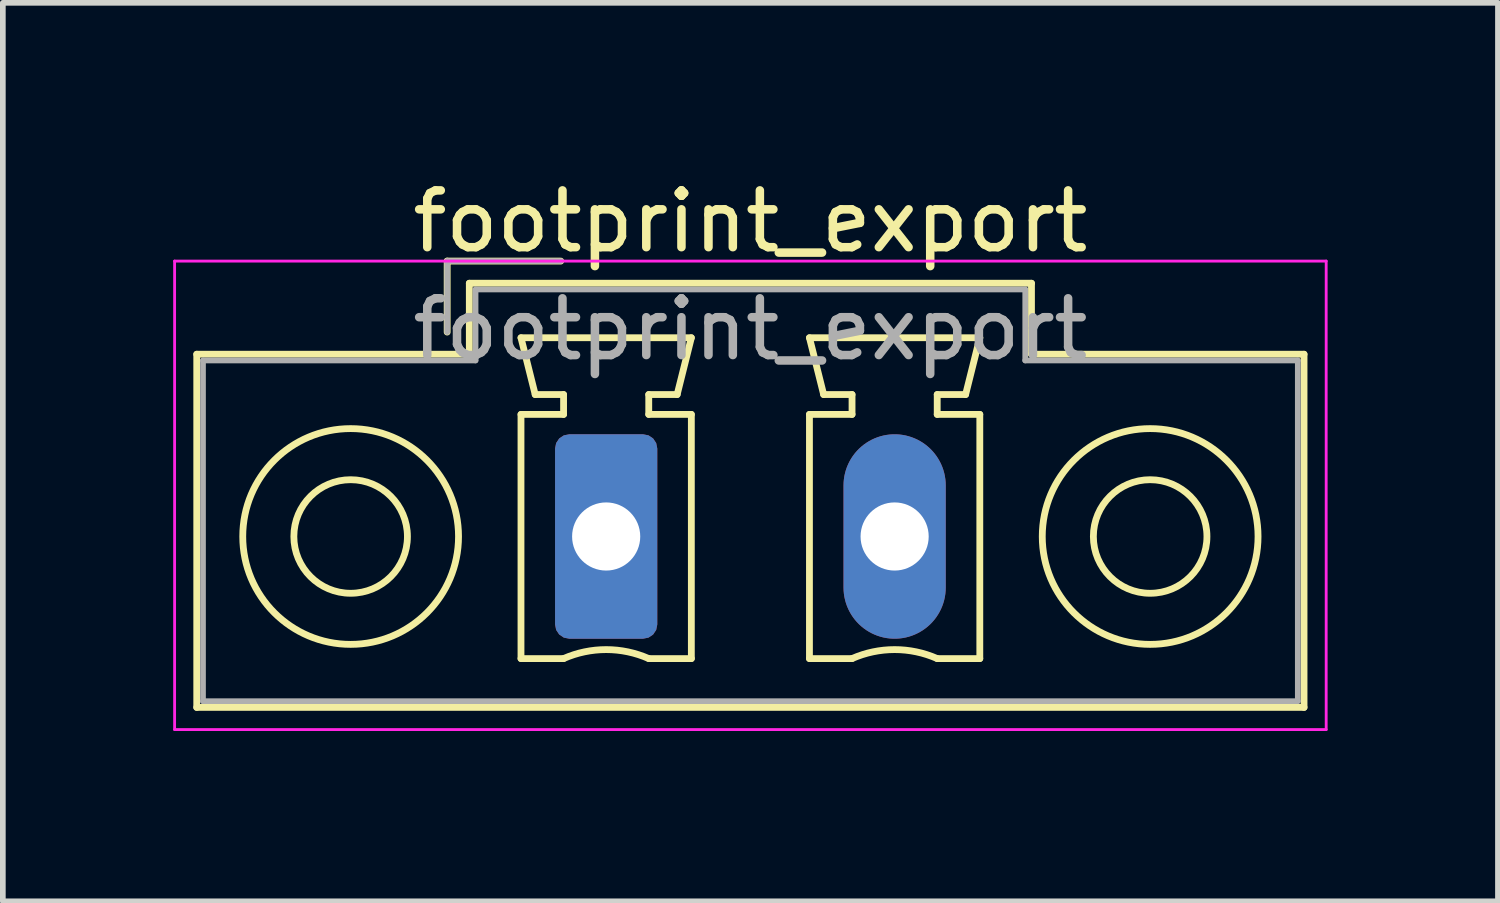
<source format=kicad_pcb>
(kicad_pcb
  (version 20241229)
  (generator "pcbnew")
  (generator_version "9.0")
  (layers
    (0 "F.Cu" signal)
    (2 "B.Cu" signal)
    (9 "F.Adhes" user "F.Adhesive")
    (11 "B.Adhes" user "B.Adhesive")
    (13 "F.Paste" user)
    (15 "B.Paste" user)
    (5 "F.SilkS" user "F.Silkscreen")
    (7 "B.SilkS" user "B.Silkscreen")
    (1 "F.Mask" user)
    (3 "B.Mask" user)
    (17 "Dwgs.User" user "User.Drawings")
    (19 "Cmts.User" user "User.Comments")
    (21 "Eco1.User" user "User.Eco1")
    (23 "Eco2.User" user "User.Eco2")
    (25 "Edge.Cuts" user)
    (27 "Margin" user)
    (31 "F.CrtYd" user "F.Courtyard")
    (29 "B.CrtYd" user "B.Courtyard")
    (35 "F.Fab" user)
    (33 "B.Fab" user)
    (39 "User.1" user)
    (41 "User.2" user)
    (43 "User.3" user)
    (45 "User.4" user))
  (footprint "footprint_export"
    (layer "F.Cu")
    (at 7.625 6.398)
    (property "Reference" "footprint_export" (at 2.54 -5.55 0) (layer "F.SilkS") (effects (font (size 1 1) (thickness 0.15))))
    (attr through_hole)
    (fp_line (start -7.21 -3.21) (end -7.21 3.01) (stroke (width 0.12) (type solid)) (layer "F.SilkS"))
    (fp_line (start -7.21 3.01) (end 12.29 3.01) (stroke (width 0.12) (type solid)) (layer "F.SilkS"))
    (fp_line (start -2.8 -4.85) (end -0.8 -4.85) (stroke (width 0.12) (type solid)) (layer "F.SilkS"))
    (fp_line (start -2.8 -3.6) (end -2.8 -4.85) (stroke (width 0.12) (type solid)) (layer "F.SilkS"))
    (fp_line (start -2.41 -4.46) (end -2.41 -3.21) (stroke (width 0.12) (type solid)) (layer "F.SilkS"))
    (fp_line (start -2.41 -3.21) (end -7.21 -3.21) (stroke (width 0.12) (type solid)) (layer "F.SilkS"))
    (fp_line (start -1.5 -3.5) (end 1.5 -3.5) (stroke (width 0.12) (type solid)) (layer "F.SilkS"))
    (fp_line (start -1.5 -2.15) (end -0.75 -2.15) (stroke (width 0.12) (type solid)) (layer "F.SilkS"))
    (fp_line (start -1.5 2.15) (end -1.5 -2.15) (stroke (width 0.12) (type solid)) (layer "F.SilkS"))
    (fp_line (start -1.25 -2.5) (end -1.5 -3.5) (stroke (width 0.12) (type solid)) (layer "F.SilkS"))
    (fp_line (start -0.75 -2.5) (end -1.25 -2.5) (stroke (width 0.12) (type solid)) (layer "F.SilkS"))
    (fp_line (start -0.75 -2.15) (end -0.75 -2.5) (stroke (width 0.12) (type solid)) (layer "F.SilkS"))
    (fp_line (start -0.75 2.15) (end -1.5 2.15) (stroke (width 0.12) (type solid)) (layer "F.SilkS"))
    (fp_line (start 0.75 -2.5) (end 0.75 -2.15) (stroke (width 0.12) (type solid)) (layer "F.SilkS"))
    (fp_line (start 0.75 -2.15) (end 1.5 -2.15) (stroke (width 0.12) (type solid)) (layer "F.SilkS"))
    (fp_line (start 1.25 -2.5) (end 0.75 -2.5) (stroke (width 0.12) (type solid)) (layer "F.SilkS"))
    (fp_line (start 1.5 -3.5) (end 1.25 -2.5) (stroke (width 0.12) (type solid)) (layer "F.SilkS"))
    (fp_line (start 1.5 -2.15) (end 1.5 2.15) (stroke (width 0.12) (type solid)) (layer "F.SilkS"))
    (fp_line (start 1.5 2.15) (end 0.75 2.15) (stroke (width 0.12) (type solid)) (layer "F.SilkS"))
    (fp_line (start 3.58 -3.5) (end 6.58 -3.5) (stroke (width 0.12) (type solid)) (layer "F.SilkS"))
    (fp_line (start 3.58 -2.15) (end 4.33 -2.15) (stroke (width 0.12) (type solid)) (layer "F.SilkS"))
    (fp_line (start 3.58 2.15) (end 3.58 -2.15) (stroke (width 0.12) (type solid)) (layer "F.SilkS"))
    (fp_line (start 3.83 -2.5) (end 3.58 -3.5) (stroke (width 0.12) (type solid)) (layer "F.SilkS"))
    (fp_line (start 4.33 -2.5) (end 3.83 -2.5) (stroke (width 0.12) (type solid)) (layer "F.SilkS"))
    (fp_line (start 4.33 -2.15) (end 4.33 -2.5) (stroke (width 0.12) (type solid)) (layer "F.SilkS"))
    (fp_line (start 4.33 2.15) (end 3.58 2.15) (stroke (width 0.12) (type solid)) (layer "F.SilkS"))
    (fp_line (start 5.83 -2.5) (end 5.83 -2.15) (stroke (width 0.12) (type solid)) (layer "F.SilkS"))
    (fp_line (start 5.83 -2.15) (end 6.58 -2.15) (stroke (width 0.12) (type solid)) (layer "F.SilkS"))
    (fp_line (start 6.33 -2.5) (end 5.83 -2.5) (stroke (width 0.12) (type solid)) (layer "F.SilkS"))
    (fp_line (start 6.58 -3.5) (end 6.33 -2.5) (stroke (width 0.12) (type solid)) (layer "F.SilkS"))
    (fp_line (start 6.58 -2.15) (end 6.58 2.15) (stroke (width 0.12) (type solid)) (layer "F.SilkS"))
    (fp_line (start 6.58 2.15) (end 5.83 2.15) (stroke (width 0.12) (type solid)) (layer "F.SilkS"))
    (fp_line (start 7.49 -4.46) (end -2.41 -4.46) (stroke (width 0.12) (type solid)) (layer "F.SilkS"))
    (fp_line (start 7.49 -3.21) (end 7.49 -4.46) (stroke (width 0.12) (type solid)) (layer "F.SilkS"))
    (fp_line (start 12.29 -3.21) (end 7.49 -3.21) (stroke (width 0.12) (type solid)) (layer "F.SilkS"))
    (fp_line (start 12.29 3.01) (end 12.29 -3.21) (stroke (width 0.12) (type solid)) (layer "F.SilkS"))
    (fp_arc (start -0.75 2.15) (mid -0.000193 1.99191) (end 0.749647 2.149844) (stroke (width 0.12) (type solid)) (layer "F.SilkS"))
    (fp_arc (start 4.33 2.15) (mid 5.079807 1.99191) (end 5.829647 2.149844) (stroke (width 0.12) (type solid)) (layer "F.SilkS"))
    (fp_circle (center -4.5 0) (end -3.5 0) (stroke (width 0.12) (type solid)) (fill no) (layer "F.SilkS"))
    (fp_circle (center -4.5 0) (end -2.6 0) (stroke (width 0.12) (type solid)) (fill no) (layer "F.SilkS"))
    (fp_circle (center 9.58 0) (end 10.58 0) (stroke (width 0.12) (type solid)) (fill no) (layer "F.SilkS"))
    (fp_circle (center 9.58 0) (end 11.48 0) (stroke (width 0.12) (type solid)) (fill no) (layer "F.SilkS"))
    (fp_line (start -7.6 -4.85) (end -7.6 3.4) (stroke (width 0.05) (type solid)) (layer "F.CrtYd"))
    (fp_line (start -7.6 3.4) (end 12.68 3.4) (stroke (width 0.05) (type solid)) (layer "F.CrtYd"))
    (fp_line (start 12.68 -4.85) (end -7.6 -4.85) (stroke (width 0.05) (type solid)) (layer "F.CrtYd"))
    (fp_line (start 12.68 3.4) (end 12.68 -4.85) (stroke (width 0.05) (type solid)) (layer "F.CrtYd"))
    (fp_line (start -7.1 -3.1) (end -7.1 2.9) (stroke (width 0.1) (type solid)) (layer "F.Fab"))
    (fp_line (start -7.1 2.9) (end 12.18 2.9) (stroke (width 0.1) (type solid)) (layer "F.Fab"))
    (fp_line (start -2.8 -4.85) (end -0.8 -4.85) (stroke (width 0.1) (type solid)) (layer "F.Fab"))
    (fp_line (start -2.8 -3.6) (end -2.8 -4.85) (stroke (width 0.1) (type solid)) (layer "F.Fab"))
    (fp_line (start -2.3 -4.35) (end -2.3 -3.1) (stroke (width 0.1) (type solid)) (layer "F.Fab"))
    (fp_line (start -2.3 -3.1) (end -7.1 -3.1) (stroke (width 0.1) (type solid)) (layer "F.Fab"))
    (fp_line (start 7.38 -4.35) (end -2.3 -4.35) (stroke (width 0.1) (type solid)) (layer "F.Fab"))
    (fp_line (start 7.38 -3.1) (end 7.38 -4.35) (stroke (width 0.1) (type solid)) (layer "F.Fab"))
    (fp_line (start 12.18 -3.1) (end 7.38 -3.1) (stroke (width 0.1) (type solid)) (layer "F.Fab"))
    (fp_line (start 12.18 2.9) (end 12.18 -3.1) (stroke (width 0.1) (type solid)) (layer "F.Fab"))
    (fp_text user "${REFERENCE}" (at 2.54 -3.65 0) (layer "F.Fab") (effects (font (size 1 1) (thickness 0.15))))
    (pad "1" thru_hole roundrect (at 0 0) (size 1.8 3.6) (drill 1.2) (layers "*.Cu" "*.Mask") (roundrect_rratio 0.139))
    (pad "2" thru_hole oval (at 5.08 0) (size 1.8 3.6) (drill 1.2) (layers "*.Cu" "*.Mask")))
  (gr_rect
    (start -3 -3)
    (end 23.33 12.823)
    (stroke (width 0.1) (type default))
    (fill no)
    (layer "Edge.Cuts")))
</source>
